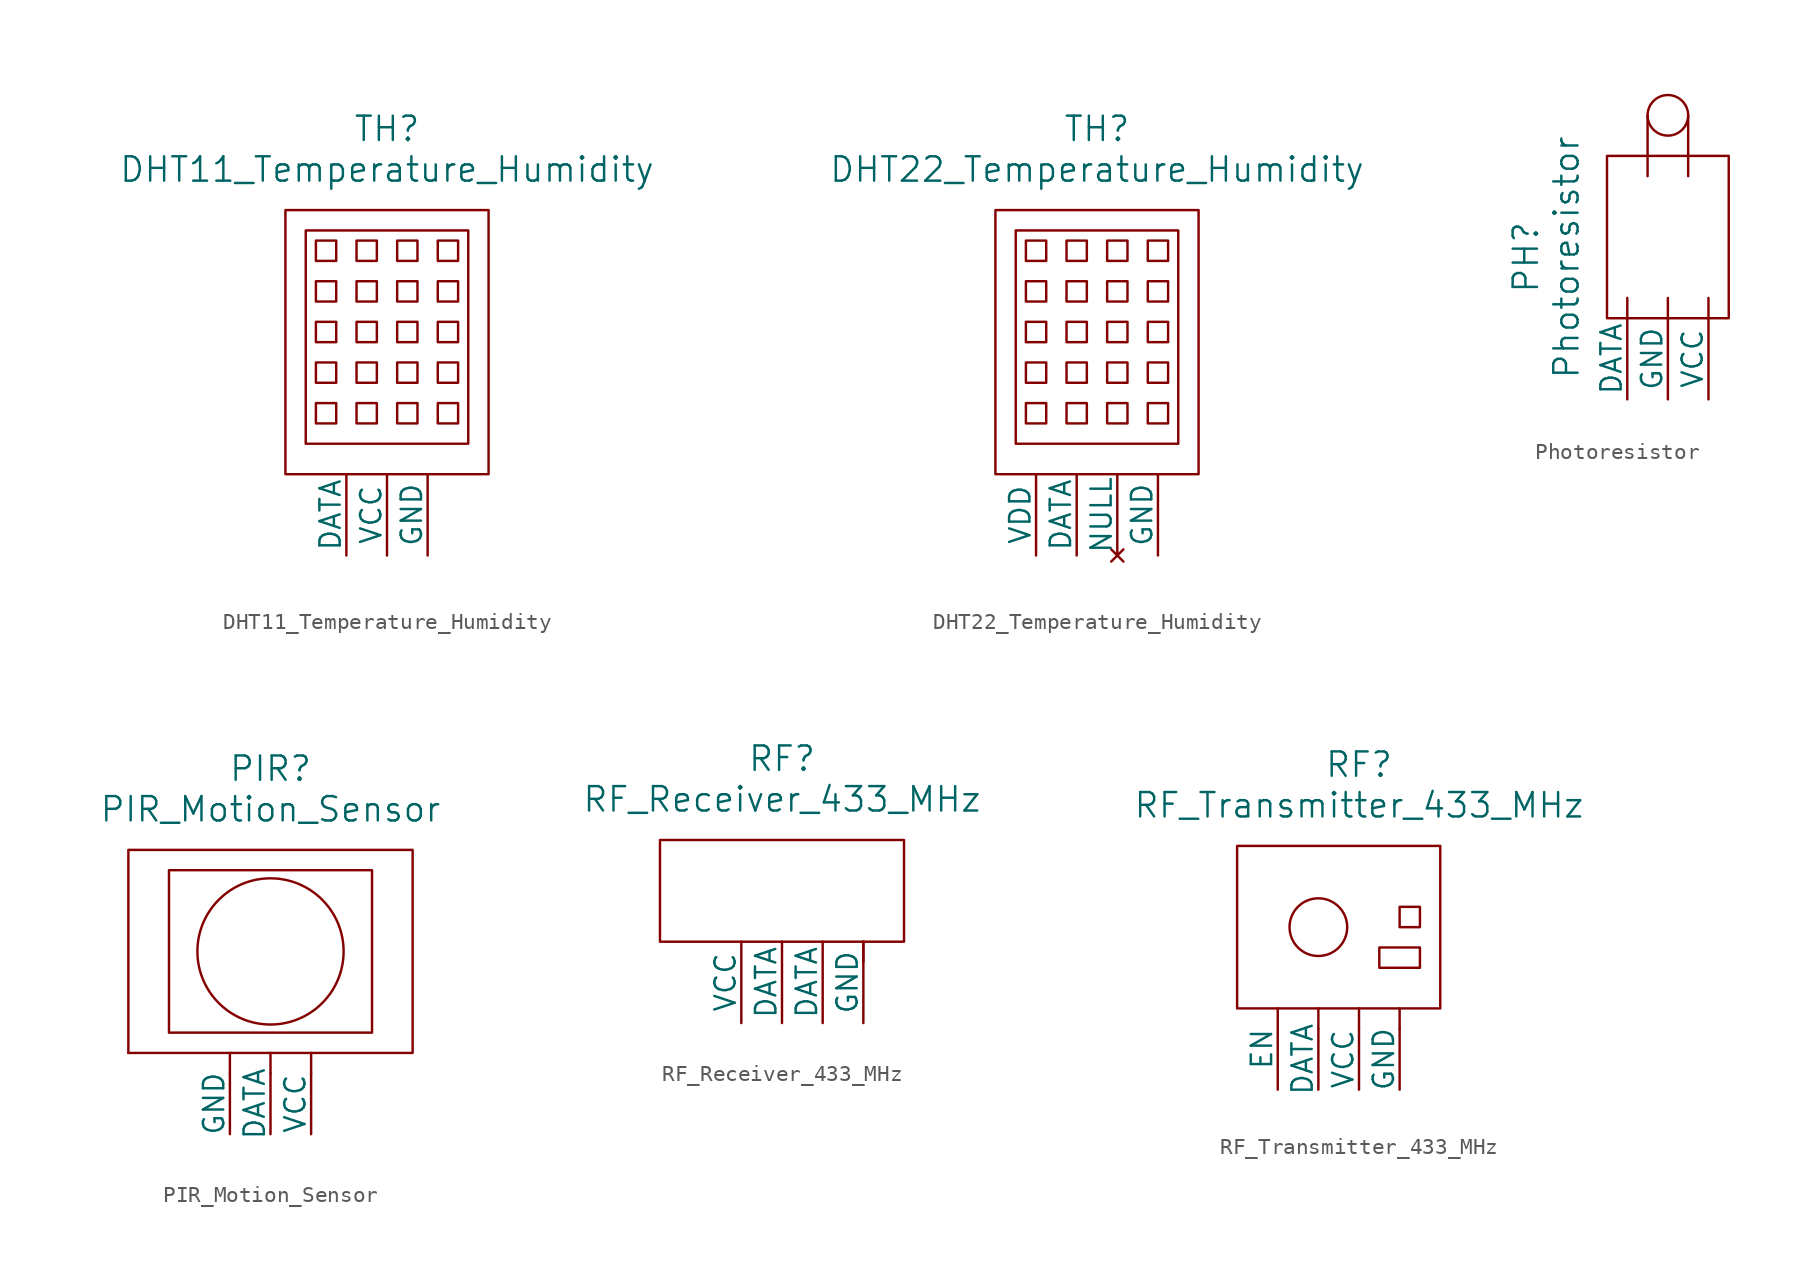
<source format=kicad_sym>
(kicad_symbol_lib
  (version 20231120)
  (generator "kicad_symbol_editor")
  (generator_version "8.0")
  (symbol "DHT11_Temperature_Humidity"
    (pin_numbers hide)
    (pin_names
      (offset 0))
    (property "Reference" "TH"
      (at 0 26.67 0)
      (effects (font (size 1.524 1.524))))
    (property "Value" "DHT11_Temperature_Humidity"
      (at 0 24.13 0)
      (effects (font (size 1.524 1.524))))
    (property "Footprint" ""
      (at 0 0 0)
      (effects (font (size 1.524 1.524))))
    (property "Datasheet" ""
      (at 0 0 0)
      (effects (font (size 1.524 1.524))))
    (symbol "DHT11_Temperature_Humidity_0_1"
      (rectangle (start -6.35 5.08) (end 6.35 21.59) (stroke (width 0) (type solid)) (fill (type none)))
      (rectangle (start -4.445 9.525) (end -3.175 8.255) (stroke (width 0) (type solid)) (fill (type none)))
      (rectangle (start -4.445 12.065) (end -3.175 10.795) (stroke (width 0) (type solid)) (fill (type none)))
      (rectangle (start -4.445 14.605) (end -3.175 13.335) (stroke (width 0) (type solid)) (fill (type none)))
      (rectangle (start -4.445 17.145) (end -3.175 15.875) (stroke (width 0) (type solid)) (fill (type none)))
      (rectangle (start -4.445 19.685) (end -3.175 18.415) (stroke (width 0) (type solid)) (fill (type none)))
      (rectangle (start -1.905 8.255) (end -0.635 9.525) (stroke (width 0) (type solid)) (fill (type none)))
      (rectangle (start -1.905 10.795) (end -0.635 12.065) (stroke (width 0) (type solid)) (fill (type none)))
      (rectangle (start -1.905 13.335) (end -0.635 14.605) (stroke (width 0) (type solid)) (fill (type none)))
      (rectangle (start -1.905 15.875) (end -0.635 17.145) (stroke (width 0) (type solid)) (fill (type none)))
      (rectangle (start -1.905 18.415) (end -0.635 19.685) (stroke (width 0) (type solid)) (fill (type none)))
      (rectangle (start 0.635 8.255) (end 1.905 9.525) (stroke (width 0) (type solid)) (fill (type none)))
      (rectangle (start 0.635 10.795) (end 1.905 12.065) (stroke (width 0) (type solid)) (fill (type none)))
      (rectangle (start 0.635 13.335) (end 1.905 14.605) (stroke (width 0) (type solid)) (fill (type none)))
      (rectangle (start 0.635 15.875) (end 1.905 17.145) (stroke (width 0) (type solid)) (fill (type none)))
      (rectangle (start 0.635 18.415) (end 1.905 19.685) (stroke (width 0) (type solid)) (fill (type none)))
      (rectangle (start 3.175 8.255) (end 4.445 9.525) (stroke (width 0) (type solid)) (fill (type none)))
      (rectangle (start 3.175 10.795) (end 4.445 12.065) (stroke (width 0) (type solid)) (fill (type none)))
      (rectangle (start 3.175 13.335) (end 4.445 14.605) (stroke (width 0) (type solid)) (fill (type none)))
      (rectangle (start 3.175 15.875) (end 4.445 17.145) (stroke (width 0) (type solid)) (fill (type none)))
      (rectangle (start 3.175 18.415) (end 4.445 19.685) (stroke (width 0) (type solid)) (fill (type none)))
      (rectangle (start 5.08 6.985) (end -5.08 20.32) (stroke (width 0) (type solid)) (fill (type none))))
    (symbol "DHT11_Temperature_Humidity_1_1"
      (pin input line (at -2.54 0 90) (length 5.08) (name "DATA" (effects (font (size 1.27 1.27)))) (number "1" (effects (font (size 1.27 1.27)))))
      (pin power_in line (at 0 0 90) (length 5.08) (name "VCC" (effects (font (size 1.27 1.27)))) (number "2" (effects (font (size 1.27 1.27)))))
      (pin power_in line (at 2.54 0 90) (length 5.08) (name "GND" (effects (font (size 1.27 1.27)))) (number "3" (effects (font (size 1.27 1.27)))))))
  (symbol "DHT22_Temperature_Humidity"
    (pin_numbers hide)
    (pin_names
      (offset 0))
    (property "Reference" "TH"
      (at 0 26.67 0)
      (effects (font (size 1.524 1.524))))
    (property "Value" "DHT22_Temperature_Humidity"
      (at 0 24.13 0)
      (effects (font (size 1.524 1.524))))
    (property "Footprint" ""
      (at 0 0 0)
      (effects (font (size 1.524 1.524))))
    (property "Datasheet" ""
      (at 0 0 0)
      (effects (font (size 1.524 1.524))))
    (symbol "DHT22_Temperature_Humidity_0_1"
      (rectangle (start -6.35 5.08) (end 6.35 21.59) (stroke (width 0) (type solid)) (fill (type none)))
      (rectangle (start -4.445 9.525) (end -3.175 8.255) (stroke (width 0) (type solid)) (fill (type none)))
      (rectangle (start -4.445 12.065) (end -3.175 10.795) (stroke (width 0) (type solid)) (fill (type none)))
      (rectangle (start -4.445 14.605) (end -3.175 13.335) (stroke (width 0) (type solid)) (fill (type none)))
      (rectangle (start -4.445 17.145) (end -3.175 15.875) (stroke (width 0) (type solid)) (fill (type none)))
      (rectangle (start -4.445 19.685) (end -3.175 18.415) (stroke (width 0) (type solid)) (fill (type none)))
      (rectangle (start -1.905 8.255) (end -0.635 9.525) (stroke (width 0) (type solid)) (fill (type none)))
      (rectangle (start -1.905 10.795) (end -0.635 12.065) (stroke (width 0) (type solid)) (fill (type none)))
      (rectangle (start -1.905 13.335) (end -0.635 14.605) (stroke (width 0) (type solid)) (fill (type none)))
      (rectangle (start -1.905 15.875) (end -0.635 17.145) (stroke (width 0) (type solid)) (fill (type none)))
      (rectangle (start -1.905 18.415) (end -0.635 19.685) (stroke (width 0) (type solid)) (fill (type none)))
      (rectangle (start 0.635 8.255) (end 1.905 9.525) (stroke (width 0) (type solid)) (fill (type none)))
      (rectangle (start 0.635 10.795) (end 1.905 12.065) (stroke (width 0) (type solid)) (fill (type none)))
      (rectangle (start 0.635 13.335) (end 1.905 14.605) (stroke (width 0) (type solid)) (fill (type none)))
      (rectangle (start 0.635 15.875) (end 1.905 17.145) (stroke (width 0) (type solid)) (fill (type none)))
      (rectangle (start 0.635 18.415) (end 1.905 19.685) (stroke (width 0) (type solid)) (fill (type none)))
      (rectangle (start 3.175 8.255) (end 4.445 9.525) (stroke (width 0) (type solid)) (fill (type none)))
      (rectangle (start 3.175 10.795) (end 4.445 12.065) (stroke (width 0) (type solid)) (fill (type none)))
      (rectangle (start 3.175 13.335) (end 4.445 14.605) (stroke (width 0) (type solid)) (fill (type none)))
      (rectangle (start 3.175 15.875) (end 4.445 17.145) (stroke (width 0) (type solid)) (fill (type none)))
      (rectangle (start 3.175 18.415) (end 4.445 19.685) (stroke (width 0) (type solid)) (fill (type none)))
      (rectangle (start 5.08 6.985) (end -5.08 20.32) (stroke (width 0) (type solid)) (fill (type none))))
    (symbol "DHT22_Temperature_Humidity_1_1"
      (pin power_in line (at -3.81 0 90) (length 5.08) (name "VDD" (effects (font (size 1.27 1.27)))) (number "1" (effects (font (size 1.27 1.27)))))
      (pin input line (at -1.27 0 90) (length 5.08) (name "DATA" (effects (font (size 1.27 1.27)))) (number "2" (effects (font (size 1.27 1.27)))))
      (pin no_connect line (at 1.27 0 90) (length 5.08) (name "NULL" (effects (font (size 1.27 1.27)))) (number "3" (effects (font (size 1.27 1.27)))))
      (pin power_in line (at 3.81 0 90) (length 5.08) (name "GND" (effects (font (size 1.27 1.27)))) (number "4" (effects (font (size 1.27 1.27)))))))
  (symbol "Photoresistor"
    (pin_numbers hide)
    (pin_names
      (offset 0))
    (property "Reference" "PH"
      (at -8.89 8.89 90)
      (effects (font (size 1.524 1.524))))
    (property "Value" "Photoresistor"
      (at -6.35 8.89 90)
      (effects (font (size 1.524 1.524))))
    (property "Footprint" ""
      (at 0 0 0)
      (effects (font (size 1.524 1.524))))
    (property "Datasheet" ""
      (at 0 0 0)
      (effects (font (size 1.524 1.524))))
    (symbol "Photoresistor_0_1"
      (polyline (pts (xy -2.54 5.08) (xy -2.54 6.35)) (stroke (width 0) (type solid)) (fill (type none)))
      (polyline (pts (xy -1.27 17.78) (xy -1.27 13.97)) (stroke (width 0) (type solid)) (fill (type none)))
      (polyline (pts (xy 1.27 17.78) (xy 1.27 13.97)) (stroke (width 0) (type solid)) (fill (type none)))
      (circle (center 0 17.78) (radius 1.27) (stroke (width 0) (type solid)) (fill (type none)))
      (rectangle (start 3.81 5.08) (end -3.81 15.24) (stroke (width 0) (type solid)) (fill (type none))))
    (symbol "Photoresistor_1_1"
      (polyline (pts (xy 0 5.08) (xy 0 6.35)) (stroke (width 0) (type solid)) (fill (type none)))
      (polyline (pts (xy 2.54 5.08) (xy 2.54 6.35)) (stroke (width 0) (type solid)) (fill (type none)))
      (pin output line (at -2.54 0 90) (length 5.08) (name "DATA" (effects (font (size 1.27 1.27)))) (number "1" (effects (font (size 1.27 1.27)))))
      (pin power_in line (at 0 0 90) (length 5.08) (name "GND" (effects (font (size 1.27 1.27)))) (number "2" (effects (font (size 1.27 1.27)))))
      (pin power_in line (at 2.54 0 90) (length 5.08) (name "VCC" (effects (font (size 1.27 1.27)))) (number "3" (effects (font (size 1.27 1.27)))))))
  (symbol "PIR_Motion_Sensor"
    (pin_numbers hide)
    (pin_names
      (offset 0))
    (property "Reference" "PIR"
      (at 0 22.86 0)
      (effects (font (size 1.524 1.524))))
    (property "Value" "PIR_Motion_Sensor"
      (at 0 20.32 0)
      (effects (font (size 1.524 1.524))))
    (property "Footprint" ""
      (at 0 20.32 0)
      (effects (font (size 1.524 1.524))))
    (property "Datasheet" ""
      (at 0 20.32 0)
      (effects (font (size 1.524 1.524))))
    (symbol "PIR_Motion_Sensor_0_1"
      (rectangle (start -8.89 5.08) (end -8.89 5.08) (stroke (width 0) (type solid)) (fill (type none)))
      (rectangle (start -8.89 5.08) (end 8.89 17.78) (stroke (width 0) (type solid)) (fill (type none)))
      (rectangle (start -6.35 16.51) (end 6.35 6.35) (stroke (width 0) (type solid)) (fill (type none)))
      (polyline (pts (xy -2.54 3.81) (xy -2.54 5.08)) (stroke (width 0) (type solid)) (fill (type none)))
      (polyline (pts (xy 0 3.81) (xy 0 5.08)) (stroke (width 0) (type solid)) (fill (type none)))
      (polyline (pts (xy 2.54 3.81) (xy 2.54 5.08)) (stroke (width 0) (type solid)) (fill (type none)))
      (circle (center 0 11.43) (radius 4.572) (stroke (width 0) (type solid)) (fill (type none))))
    (symbol "PIR_Motion_Sensor_1_1"
      (pin power_in line (at -2.54 0 90) (length 3.81) (name "GND" (effects (font (size 1.27 1.27)))) (number "1" (effects (font (size 1.27 1.27)))))
      (pin output line (at 0 0 90) (length 3.81) (name "DATA" (effects (font (size 1.27 1.27)))) (number "2" (effects (font (size 1.27 1.27)))))
      (pin power_in line (at 2.54 0 90) (length 3.81) (name "VCC" (effects (font (size 1.27 1.27)))) (number "3" (effects (font (size 1.27 1.27)))))))
  (symbol "RF_Receiver_433_MHz"
    (pin_numbers hide)
    (pin_names
      (offset 0))
    (property "Reference" "RF"
      (at 0 16.51 0)
      (effects (font (size 1.524 1.524))))
    (property "Value" "RF_Receiver_433_MHz"
      (at 0 13.97 0)
      (effects (font (size 1.524 1.524))))
    (property "Footprint" ""
      (at 2.54 0 0)
      (effects (font (size 1.524 1.524))))
    (property "Datasheet" ""
      (at 2.54 0 0)
      (effects (font (size 1.524 1.524))))
    (symbol "RF_Receiver_433_MHz_0_1"
      (rectangle (start -7.62 5.08) (end 7.62 11.43) (stroke (width 0) (type solid)) (fill (type none)))
      (polyline (pts (xy 5.08 3.81) (xy 5.08 5.08)) (stroke (width 0) (type solid)) (fill (type none))))
    (symbol "RF_Receiver_433_MHz_1_1"
      (pin power_in line (at -2.54 0 90) (length 5.08) (name "VCC" (effects (font (size 1.27 1.27)))) (number "1" (effects (font (size 1.27 1.27)))))
      (pin input line (at 0 0 90) (length 5.08) (name "DATA" (effects (font (size 1.27 1.27)))) (number "2" (effects (font (size 1.27 1.27)))))
      (pin output line (at 2.54 0 90) (length 5.08) (name "DATA" (effects (font (size 1.27 1.27)))) (number "3" (effects (font (size 1.27 1.27)))))
      (pin power_in line (at 5.08 0 90) (length 5.08) (name "GND" (effects (font (size 1.27 1.27)))) (number "4" (effects (font (size 1.27 1.27)))))))
  (symbol "RF_Transmitter_433_MHz"
    (pin_numbers hide)
    (pin_names
      (offset 0))
    (property "Reference" "RF"
      (at 0 20.32 0)
      (effects (font (size 1.524 1.524))))
    (property "Value" "RF_Transmitter_433_MHz"
      (at 0 17.78 0)
      (effects (font (size 1.524 1.524))))
    (property "Footprint" ""
      (at 0 0 0)
      (effects (font (size 1.524 1.524))))
    (property "Datasheet" ""
      (at 0 0 0)
      (effects (font (size 1.524 1.524))))
    (symbol "RF_Transmitter_433_MHz_0_1"
      (rectangle (start -7.62 15.24) (end 5.08 5.08) (stroke (width 0) (type solid)) (fill (type none)))
      (circle (center -2.54 10.16) (radius 1.803) (stroke (width 0) (type solid)) (fill (type none)))
      (polyline (pts (xy -2.54 3.81) (xy -2.54 5.08)) (stroke (width 0) (type solid)) (fill (type none)))
      (polyline (pts (xy 0 3.81) (xy 0 5.08)) (stroke (width 0) (type solid)) (fill (type none)))
      (polyline (pts (xy 2.54 3.81) (xy 2.54 5.08)) (stroke (width 0) (type solid)) (fill (type none)))
      (rectangle (start 3.81 8.89) (end 1.27 7.62) (stroke (width 0) (type solid)) (fill (type none)))
      (rectangle (start 3.81 11.43) (end 2.54 10.16) (stroke (width 0) (type solid)) (fill (type none))))
    (symbol "RF_Transmitter_433_MHz_1_1"
      (pin input line (at -5.08 0 90) (length 5.08) (name "EN" (effects (font (size 1.27 1.27)))) (number "1" (effects (font (size 1.27 1.27)))))
      (pin input line (at -2.54 0 90) (length 3.81) (name "DATA" (effects (font (size 1.27 1.27)))) (number "2" (effects (font (size 1.27 1.27)))))
      (pin power_in line (at 0 0 90) (length 3.81) (name "VCC" (effects (font (size 1.27 1.27)))) (number "3" (effects (font (size 1.27 1.27)))))
      (pin power_in line (at 2.54 0 90) (length 3.81) (name "GND" (effects (font (size 1.27 1.27)))) (number "4" (effects (font (size 1.27 1.27))))))))
</source>
